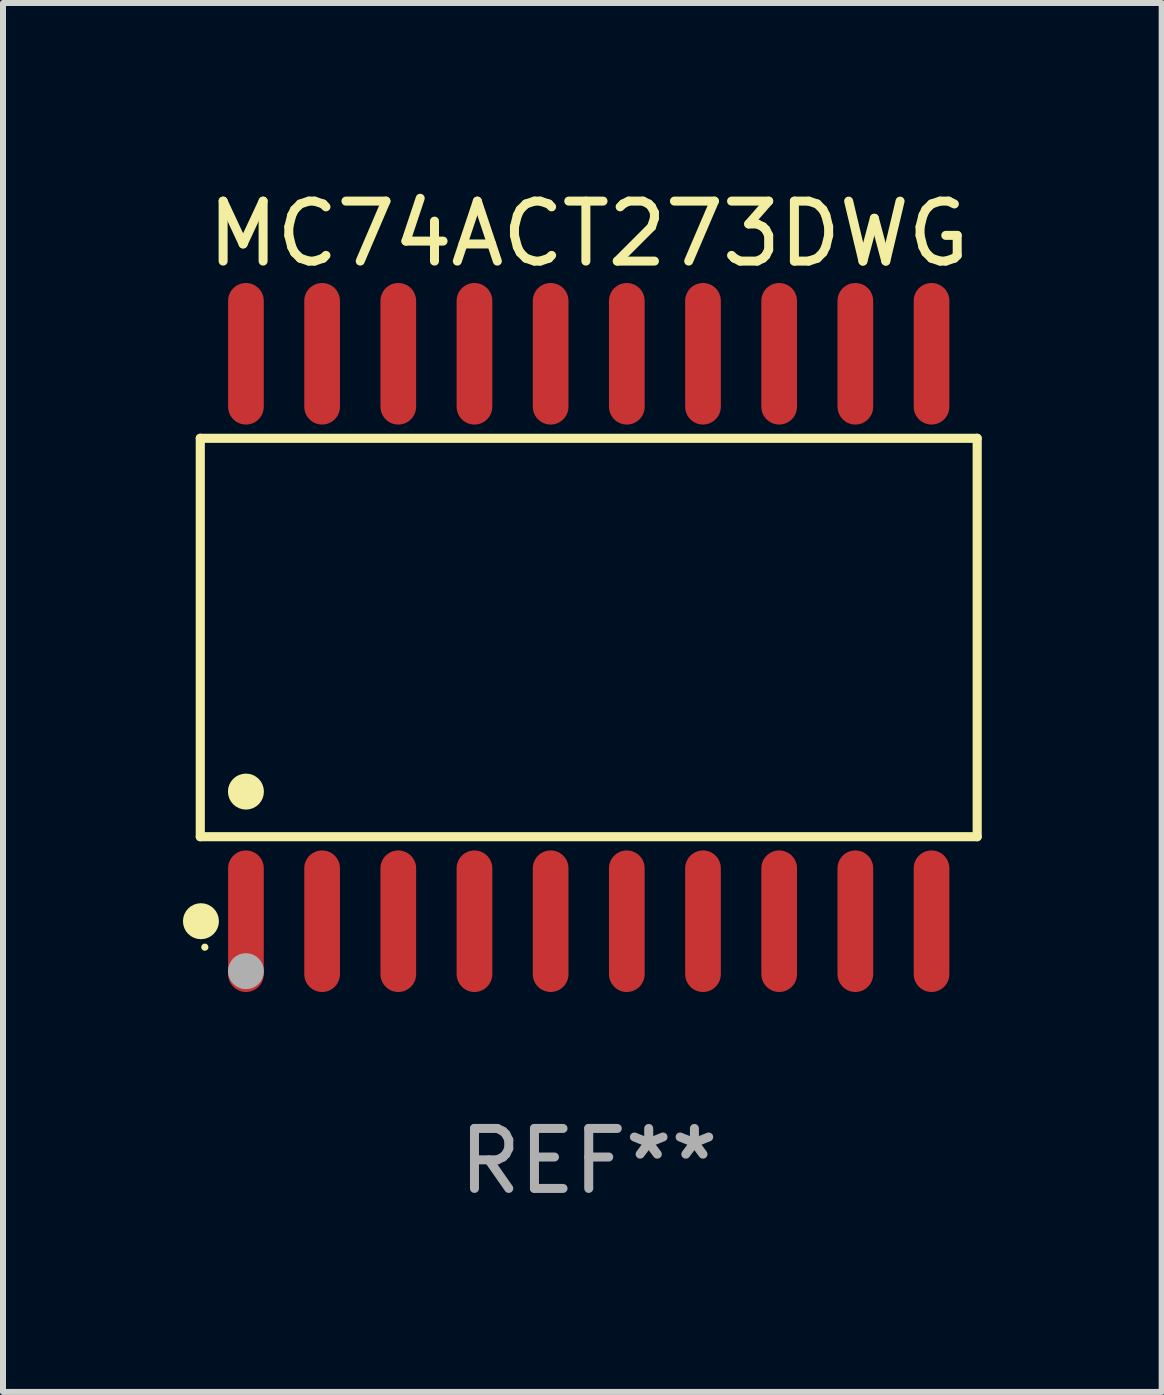
<source format=kicad_pcb>
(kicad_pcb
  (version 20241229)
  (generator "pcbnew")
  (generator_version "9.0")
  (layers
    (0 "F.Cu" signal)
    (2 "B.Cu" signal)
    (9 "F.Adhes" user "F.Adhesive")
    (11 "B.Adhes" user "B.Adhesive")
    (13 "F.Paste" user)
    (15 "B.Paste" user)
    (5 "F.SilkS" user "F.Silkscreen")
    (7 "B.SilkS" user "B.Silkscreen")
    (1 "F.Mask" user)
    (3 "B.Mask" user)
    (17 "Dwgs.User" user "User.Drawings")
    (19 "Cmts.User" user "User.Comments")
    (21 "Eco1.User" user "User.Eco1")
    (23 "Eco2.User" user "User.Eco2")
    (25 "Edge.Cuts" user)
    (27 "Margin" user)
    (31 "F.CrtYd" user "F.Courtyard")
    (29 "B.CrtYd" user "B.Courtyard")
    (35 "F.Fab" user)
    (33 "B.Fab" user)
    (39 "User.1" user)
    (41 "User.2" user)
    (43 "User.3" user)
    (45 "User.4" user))
  (footprint "MC74ACT273DWG"
    (layer "F.Cu")
    (at 6.765 7.578)
    (property "Reference" "MC74ACT273DWG" (at 0 -6.73 0) (layer "F.SilkS") (effects (font (size 1 1) (thickness 0.15))))
    (attr through_hole)
    (fp_line (start -6.476 -3.321) (end 6.476 -3.321) (stroke (width 0.152) (type solid)) (layer "F.SilkS"))
    (fp_line (start -6.476 3.321) (end -6.476 -3.321) (stroke (width 0.152) (type solid)) (layer "F.SilkS"))
    (fp_line (start 6.476 -3.321) (end 6.476 3.321) (stroke (width 0.152) (type solid)) (layer "F.SilkS"))
    (fp_line (start 6.476 3.321) (end -6.476 3.321) (stroke (width 0.152) (type solid)) (layer "F.SilkS"))
    (fp_circle (center -6.465 4.73) (end -6.315 4.73) (stroke (width 0.3) (type solid)) (fill no) (layer "F.SilkS"))
    (fp_circle (center -6.4 5.163) (end -6.37 5.163) (stroke (width 0.06) (type solid)) (fill no) (layer "F.SilkS"))
    (fp_circle (center -5.715 2.569) (end -5.565 2.569) (stroke (width 0.3) (type solid)) (fill no) (layer "F.SilkS"))
    (fp_circle (center -5.715 5.563) (end -5.565 5.563) (stroke (width 0.3) (type solid)) (fill no) (layer "F.Fab"))
    (fp_text user "REF**" (at 0 8.73 0) (layer "F.Fab") (effects (font (size 1 1) (thickness 0.15))))
    (pad "1" smd oval (at -5.715 4.73) (size 0.595 2.36) (layers "F.Cu" "F.Mask" "F.Paste"))
    (pad "2" smd oval (at -4.445 4.73) (size 0.595 2.36) (layers "F.Cu" "F.Mask" "F.Paste"))
    (pad "3" smd oval (at -3.175 4.73) (size 0.595 2.36) (layers "F.Cu" "F.Mask" "F.Paste"))
    (pad "4" smd oval (at -1.905 4.73) (size 0.595 2.36) (layers "F.Cu" "F.Mask" "F.Paste"))
    (pad "5" smd oval (at -0.635 4.73) (size 0.595 2.36) (layers "F.Cu" "F.Mask" "F.Paste"))
    (pad "6" smd oval (at 0.635 4.73) (size 0.595 2.36) (layers "F.Cu" "F.Mask" "F.Paste"))
    (pad "7" smd oval (at 1.905 4.73) (size 0.595 2.36) (layers "F.Cu" "F.Mask" "F.Paste"))
    (pad "8" smd oval (at 3.175 4.73) (size 0.595 2.36) (layers "F.Cu" "F.Mask" "F.Paste"))
    (pad "9" smd oval (at 4.445 4.73) (size 0.595 2.36) (layers "F.Cu" "F.Mask" "F.Paste"))
    (pad "10" smd oval (at 5.715 4.73) (size 0.595 2.36) (layers "F.Cu" "F.Mask" "F.Paste"))
    (pad "11" smd oval (at 5.715 -4.73) (size 0.595 2.36) (layers "F.Cu" "F.Mask" "F.Paste"))
    (pad "12" smd oval (at 4.445 -4.73) (size 0.595 2.36) (layers "F.Cu" "F.Mask" "F.Paste"))
    (pad "13" smd oval (at 3.175 -4.73) (size 0.595 2.36) (layers "F.Cu" "F.Mask" "F.Paste"))
    (pad "14" smd oval (at 1.905 -4.73) (size 0.595 2.36) (layers "F.Cu" "F.Mask" "F.Paste"))
    (pad "15" smd oval (at 0.635 -4.73) (size 0.595 2.36) (layers "F.Cu" "F.Mask" "F.Paste"))
    (pad "16" smd oval (at -0.635 -4.73) (size 0.595 2.36) (layers "F.Cu" "F.Mask" "F.Paste"))
    (pad "17" smd oval (at -1.905 -4.73) (size 0.595 2.36) (layers "F.Cu" "F.Mask" "F.Paste"))
    (pad "18" smd oval (at -3.175 -4.73) (size 0.595 2.36) (layers "F.Cu" "F.Mask" "F.Paste"))
    (pad "19" smd oval (at -4.445 -4.73) (size 0.595 2.36) (layers "F.Cu" "F.Mask" "F.Paste"))
    (pad "20" smd oval (at -5.715 -4.73) (size 0.595 2.36) (layers "F.Cu" "F.Mask" "F.Paste")))
  (gr_rect
    (start -3 -3)
    (end 16.317 20.156)
    (stroke (width 0.1) (type default))
    (fill no)
    (layer "Edge.Cuts")))
</source>
